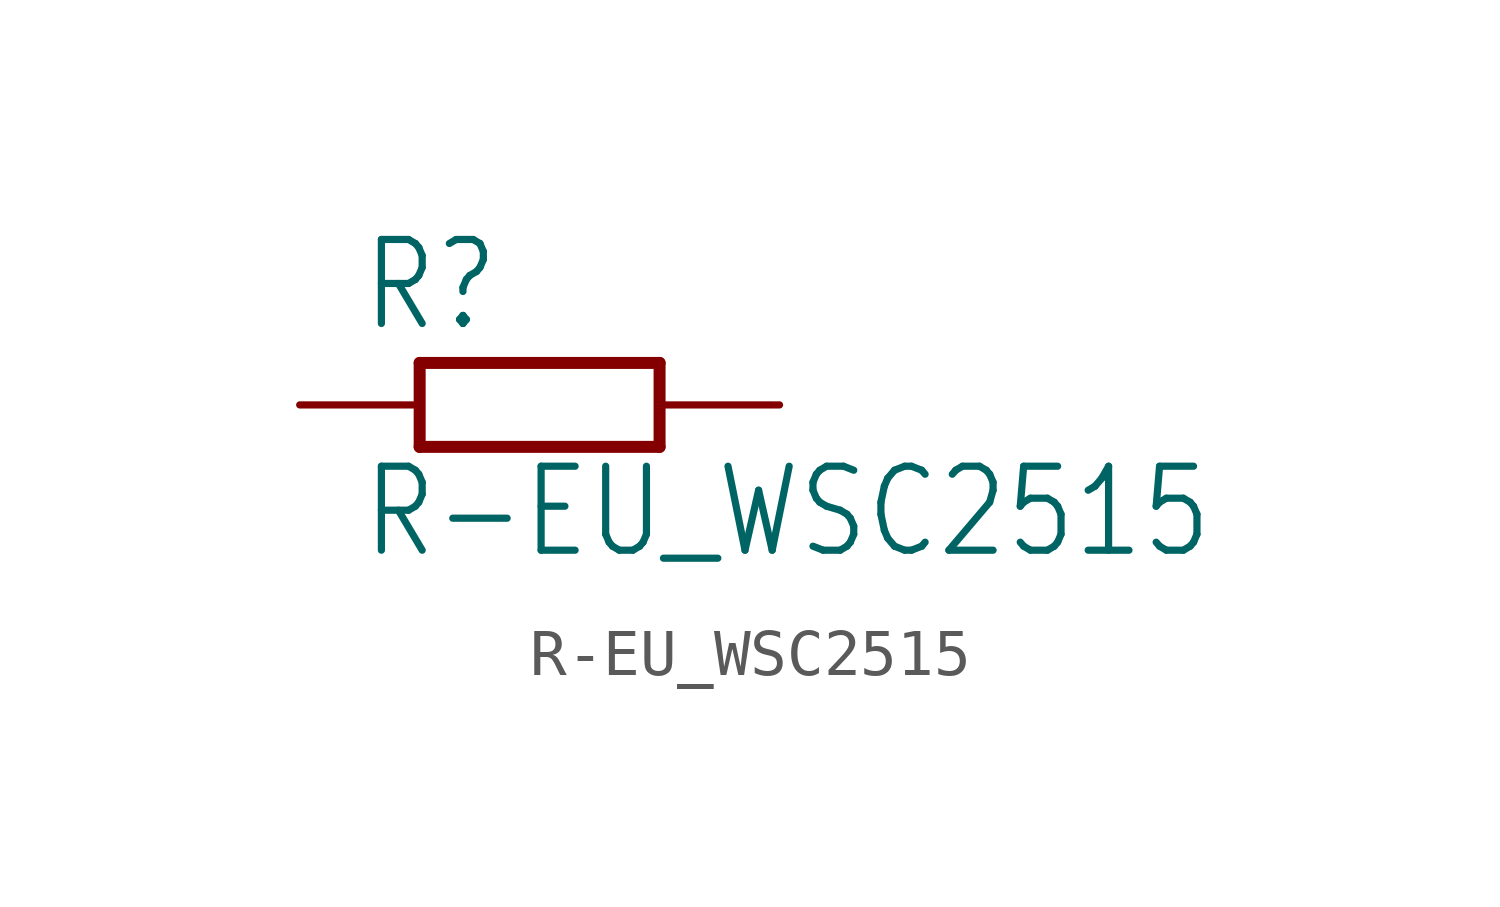
<source format=kicad_sym>
(kicad_symbol_lib
  (version 20201005)
  (generator kicad_symbol_editor)
  (symbol "R-EU_WSC2515"
    (property "Reference" "R"
      (at -3.81 1.499 0)
      (effects (font (size 1.778 1.511)) (justify left bottom)))
    (property "Value" "R-EU_WSC2515"
      (at -3.81 -3.302 0)
      (effects (font (size 1.778 1.511)) (justify left bottom)))
    (property "ki_locked" ""
      (at 0 0 0)
      (effects (font (size 1.27 1.27))))
    (symbol "R-EU_WSC2515_1_0"
      (polyline (pts (xy -2.54 -0.889) (xy 2.54 -0.889)) (stroke (width 0.254)) (fill (type none)))
      (polyline (pts (xy 2.54 0.889) (xy -2.54 0.889)) (stroke (width 0.254)) (fill (type none)))
      (polyline (pts (xy 2.54 -0.889) (xy 2.54 0.889)) (stroke (width 0.254)) (fill (type none)))
      (polyline (pts (xy -2.54 -0.889) (xy -2.54 0.889)) (stroke (width 0.254)) (fill (type none)))
      (pin passive line (at 5.08 0 180) (length 2.54) (name "2" (effects (font (size 0 0)))) (number "2" (effects (font (size 0 0)))))
      (pin passive line (at -5.08 0 0) (length 2.54) (name "1" (effects (font (size 0 0)))) (number "1" (effects (font (size 0 0))))))))
</source>
